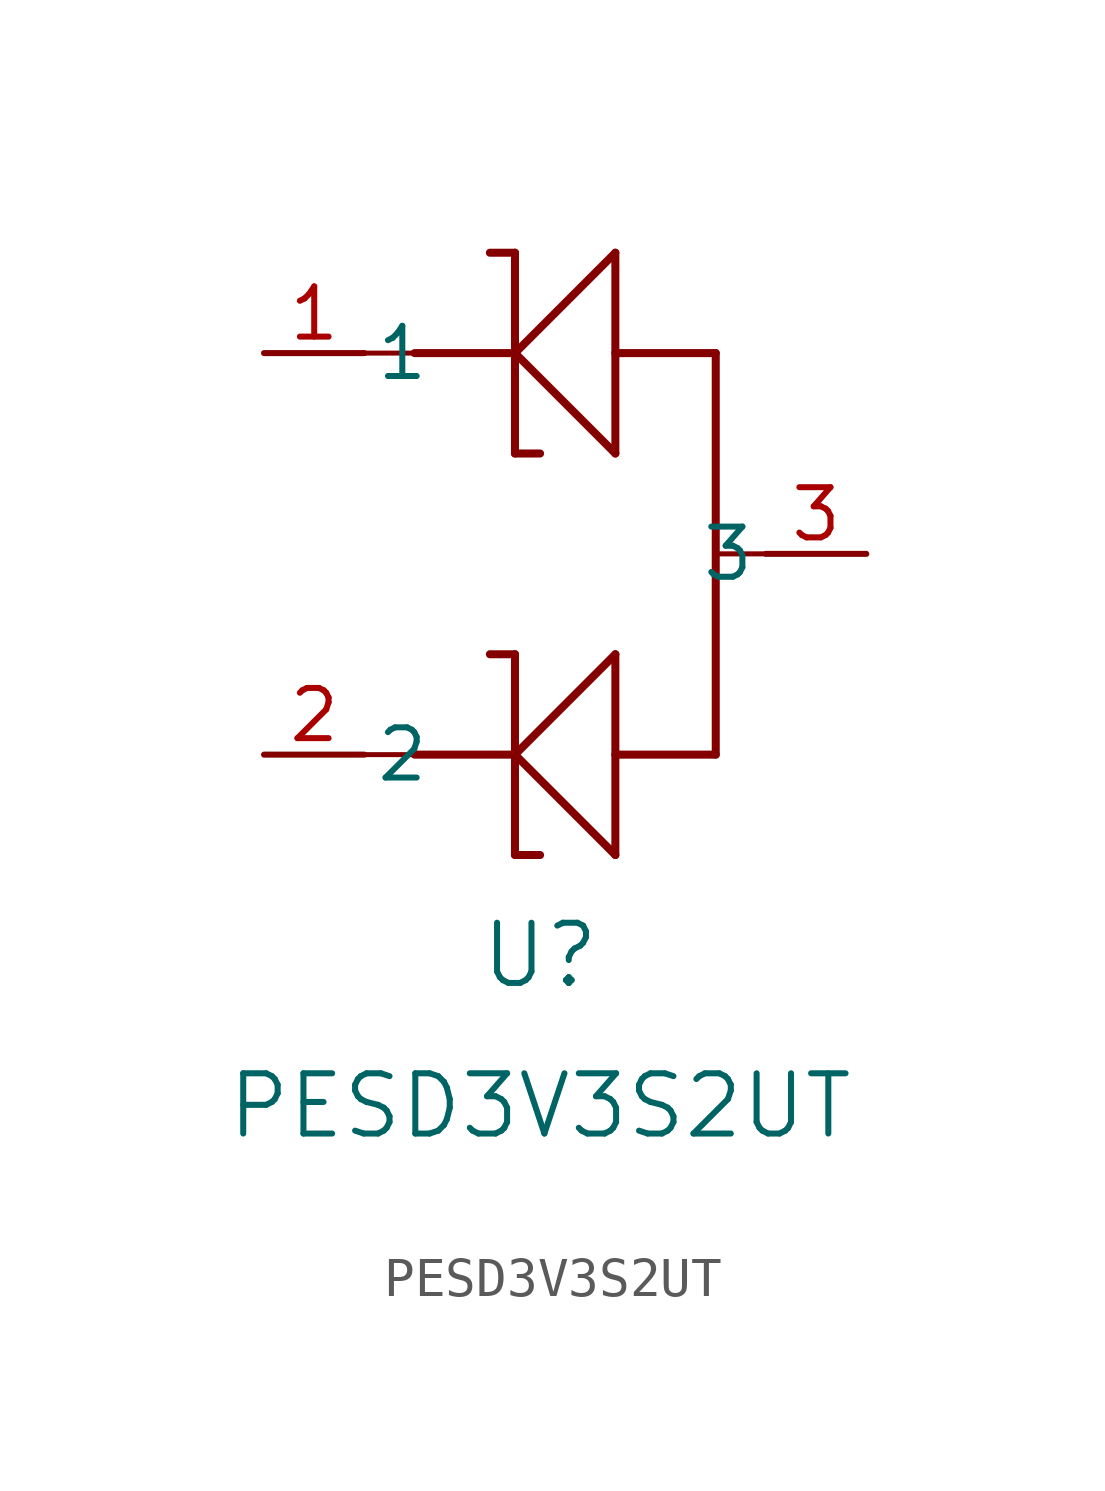
<source format=kicad_sym>
(kicad_symbol_lib
  (version 20211014)
  (generator kicad_symbol_editor)
  (symbol "PESD3V3S2UT"
    (pin_names
      (offset 0.254))
    (property "Reference" "U"
      (at 6.985 -15.24 0)
      (effects (font (size 1.524 1.524))))
    (property "Value" "PESD3V3S2UT"
      (at 6.985 -19.05 0)
      (effects (font (size 1.524 1.524))))
    (symbol "PESD3V3S2UT_0_1"
      (polyline (pts (xy 8.89 -7.62) (xy 6.35 -10.16)) (stroke (width 0.203) (type default) (color 0 0 0 0)) (fill (type none)))
      (polyline (pts (xy 6.35 -7.62) (xy 5.715 -7.62)) (stroke (width 0.203) (type default) (color 0 0 0 0)) (fill (type none)))
      (polyline (pts (xy 8.89 -2.54) (xy 6.35 0)) (stroke (width 0.203) (type default) (color 0 0 0 0)) (fill (type none)))
      (polyline (pts (xy 6.35 -2.54) (xy 6.985 -2.54)) (stroke (width 0.203) (type default) (color 0 0 0 0)) (fill (type none)))
      (polyline (pts (xy 8.89 -12.7) (xy 8.89 -7.62)) (stroke (width 0.203) (type default) (color 0 0 0 0)) (fill (type none)))
      (polyline (pts (xy 8.89 2.54) (xy 8.89 -2.54)) (stroke (width 0.203) (type default) (color 0 0 0 0)) (fill (type none)))
      (polyline (pts (xy 6.35 -12.7) (xy 6.35 -7.62)) (stroke (width 0.203) (type default) (color 0 0 0 0)) (fill (type none)))
      (polyline (pts (xy 8.89 -12.7) (xy 6.35 -10.16)) (stroke (width 0.203) (type default) (color 0 0 0 0)) (fill (type none)))
      (polyline (pts (xy 6.35 2.54) (xy 6.35 -2.54)) (stroke (width 0.203) (type default) (color 0 0 0 0)) (fill (type none)))
      (polyline (pts (xy 8.89 2.54) (xy 6.35 0)) (stroke (width 0.203) (type default) (color 0 0 0 0)) (fill (type none)))
      (polyline (pts (xy 6.35 2.54) (xy 5.715 2.54)) (stroke (width 0.203) (type default) (color 0 0 0 0)) (fill (type none)))
      (polyline (pts (xy 6.35 -12.7) (xy 6.985 -12.7)) (stroke (width 0.203) (type default) (color 0 0 0 0)) (fill (type none)))
      (polyline (pts (xy 3.81 -10.16) (xy 6.35 -10.16)) (stroke (width 0.203) (type default) (color 0 0 0 0)) (fill (type none)))
      (polyline (pts (xy 11.43 -10.16) (xy 8.89 -10.16)) (stroke (width 0.203) (type default) (color 0 0 0 0)) (fill (type none)))
      (polyline (pts (xy 3.81 0) (xy 6.35 0)) (stroke (width 0.203) (type default) (color 0 0 0 0)) (fill (type none)))
      (polyline (pts (xy 11.43 0) (xy 8.89 0)) (stroke (width 0.203) (type default) (color 0 0 0 0)) (fill (type none)))
      (polyline (pts (xy 11.43 0) (xy 11.43 -10.16)) (stroke (width 0.203) (type default) (color 0 0 0 0)) (fill (type none)))
      (polyline (pts (xy 2.54 0) (xy 3.81 0)) (stroke (width 0.127) (type default) (color 0 0 0 0)) (fill (type none)))
      (polyline (pts (xy 12.7 -5.08) (xy 11.43 -5.08)) (stroke (width 0.127) (type default) (color 0 0 0 0)) (fill (type none)))
      (polyline (pts (xy 3.81 -10.16) (xy 2.54 -10.16)) (stroke (width 0.127) (type default) (color 0 0 0 0)) (fill (type none)))
      (pin unspecified line (at 0 0 0) (length 2.54) (name "1" (effects (font (size 1.27 1.27)))) (number "1" (effects (font (size 1.27 1.27)))))
      (pin unspecified line (at 0 -10.16 0) (length 2.54) (name "2" (effects (font (size 1.27 1.27)))) (number "2" (effects (font (size 1.27 1.27)))))
      (pin unspecified line (at 15.24 -5.08 180) (length 2.54) (name "3" (effects (font (size 1.27 1.27)))) (number "3" (effects (font (size 1.27 1.27))))))))
</source>
